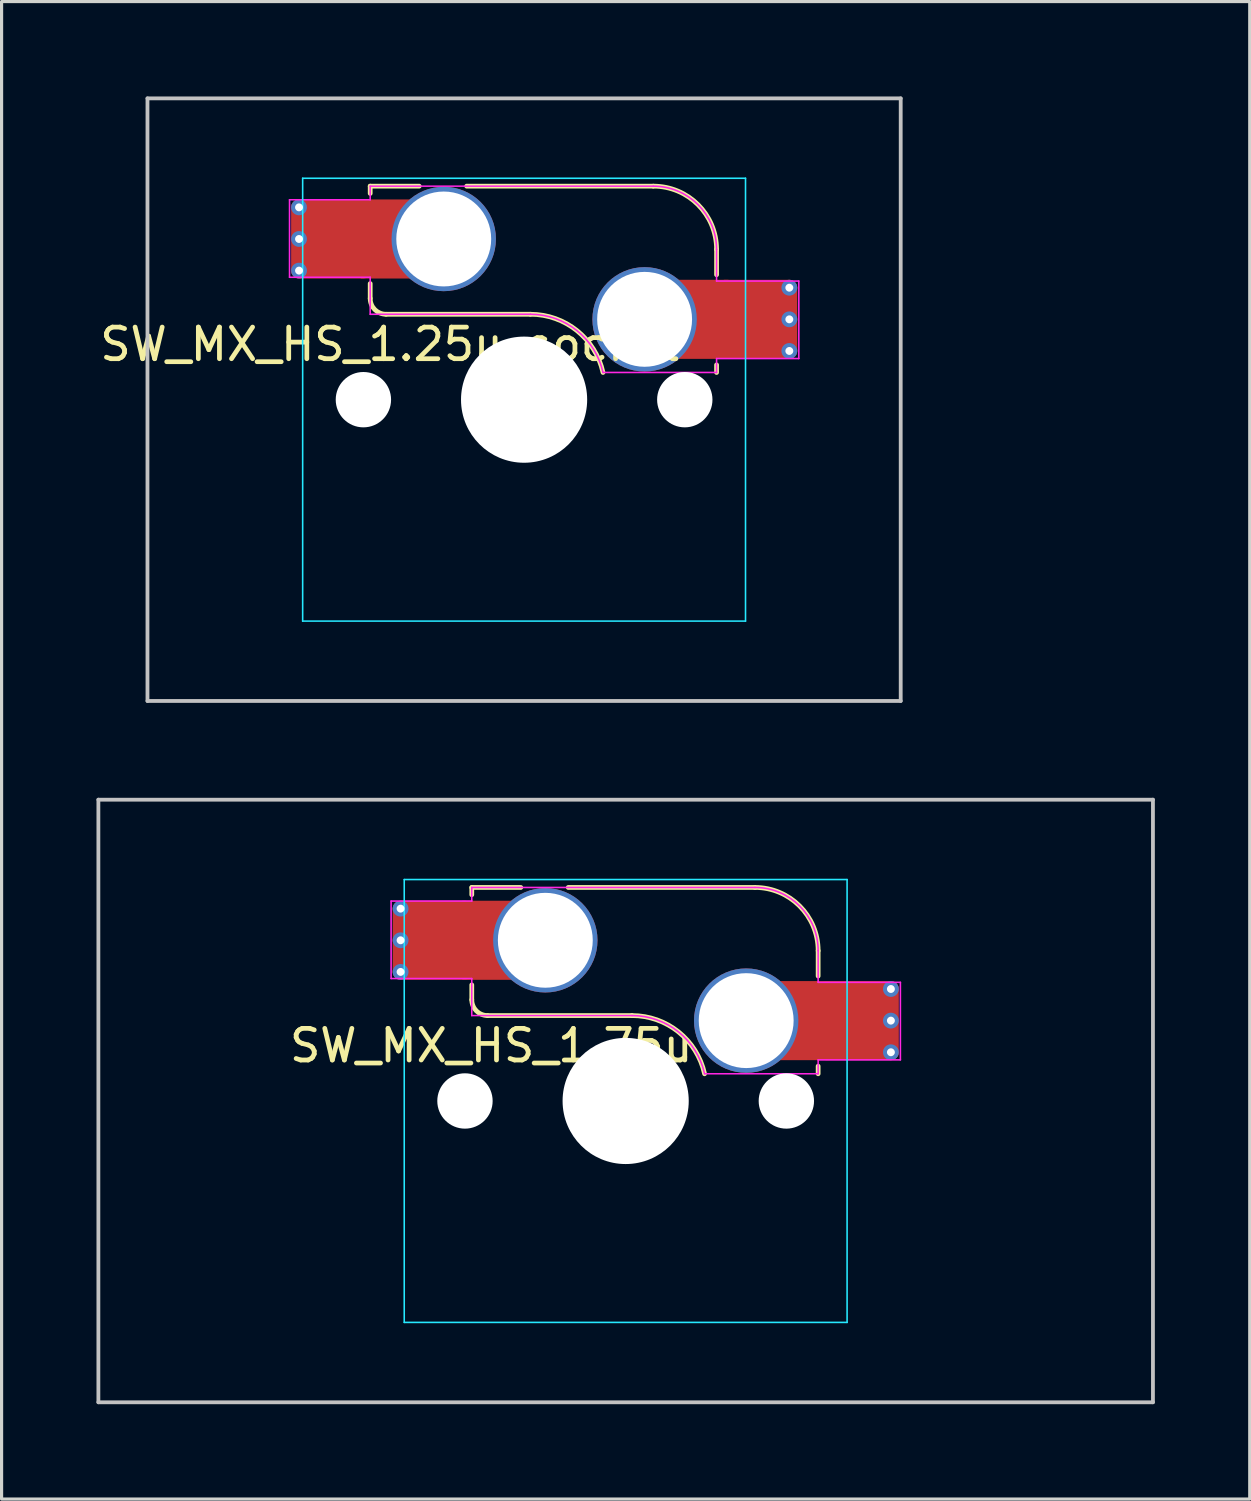
<source format=kicad_pcb>
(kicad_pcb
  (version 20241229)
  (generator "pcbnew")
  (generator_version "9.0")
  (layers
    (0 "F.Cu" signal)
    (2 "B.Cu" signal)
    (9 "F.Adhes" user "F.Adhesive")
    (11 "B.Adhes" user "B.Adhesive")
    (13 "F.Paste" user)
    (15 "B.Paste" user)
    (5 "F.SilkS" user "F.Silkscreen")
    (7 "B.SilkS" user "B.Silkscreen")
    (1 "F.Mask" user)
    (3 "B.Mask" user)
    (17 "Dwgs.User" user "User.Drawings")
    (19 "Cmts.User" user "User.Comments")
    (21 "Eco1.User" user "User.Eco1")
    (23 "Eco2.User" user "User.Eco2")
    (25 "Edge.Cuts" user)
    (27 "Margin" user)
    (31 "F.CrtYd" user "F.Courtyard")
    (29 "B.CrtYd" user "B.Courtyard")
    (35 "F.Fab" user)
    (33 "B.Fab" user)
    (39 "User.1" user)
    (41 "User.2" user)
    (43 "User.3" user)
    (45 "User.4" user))
  (footprint "SW_MX_HS_1.75u"
    (layer "F.Cu")
    (at 16.729 31.755)
    (property "Reference" "SW_MX_HS_1.75u" (at -4.25 -1.75 0) (layer "F.SilkS") (effects (font (size 1 1) (thickness 0.15))))
    (attr smd)
    (fp_line (start -4.865 -6.75) (end -4.865 -6.52) (stroke (width 0.15) (type solid)) (layer "F.SilkS"))
    (fp_line (start -4.865 -3.67) (end -4.865 -3.2) (stroke (width 0.15) (type solid)) (layer "F.SilkS"))
    (fp_line (start -4.365 -2.7) (end 0.2 -2.7) (stroke (width 0.15) (type solid)) (layer "F.SilkS"))
    (fp_line (start -3.315 -6.75) (end -4.865 -6.75) (stroke (width 0.15) (type solid)) (layer "F.SilkS"))
    (fp_line (start 4.085 -6.75) (end -1.815 -6.75) (stroke (width 0.15) (type solid)) (layer "F.SilkS"))
    (fp_line (start 6.085 -3.95) (end 6.085 -4.75) (stroke (width 0.15) (type solid)) (layer "F.SilkS"))
    (fp_line (start 6.085 -1.1) (end 6.085 -0.86) (stroke (width 0.15) (type solid)) (layer "F.SilkS"))
    (fp_arc (start -4.364824 -2.70022) (mid -4.718377 -2.846667) (end -4.864824 -3.20022) (stroke (width 0.15) (type solid)) (layer "F.SilkS"))
    (fp_arc (start 0.2 -2.70022) (mid 1.670693 -2.183637) (end 2.494322 -0.86022) (stroke (width 0.15) (type solid)) (layer "F.SilkS"))
    (fp_arc (start 4.085176 -6.75022) (mid 5.49939 -6.164434) (end 6.085176 -4.75022) (stroke (width 0.15) (type solid)) (layer "F.SilkS"))
    (fp_line (start -16.669 -9.525) (end 16.669 -9.525) (stroke (width 0.12) (type solid)) (layer "Dwgs.User"))
    (fp_line (start -16.669 9.525) (end -16.669 -9.525) (stroke (width 0.12) (type solid)) (layer "Dwgs.User"))
    (fp_line (start 16.669 -9.525) (end 16.669 9.525) (stroke (width 0.12) (type solid)) (layer "Dwgs.User"))
    (fp_line (start 16.669 9.525) (end -16.669 9.525) (stroke (width 0.12) (type solid)) (layer "Dwgs.User"))
    (fp_line (start -7 -6.5) (end -7 6.5) (stroke (width 0.05) (type solid)) (layer "Eco2.User"))
    (fp_line (start -6.5 7) (end 6.5 7) (stroke (width 0.05) (type solid)) (layer "Eco2.User"))
    (fp_line (start 6.5 -7) (end -6.5 -7) (stroke (width 0.05) (type solid)) (layer "Eco2.User"))
    (fp_line (start 7 6.5) (end 7 -6.5) (stroke (width 0.05) (type solid)) (layer "Eco2.User"))
    (fp_arc (start -7 -6.5) (mid -6.853553 -6.853553) (end -6.5 -7) (stroke (width 0.05) (type solid)) (layer "Eco2.User"))
    (fp_arc (start -6.497236 6.998884) (mid -6.850789 6.852437) (end -6.997236 6.498884) (stroke (width 0.05) (type solid)) (layer "Eco2.User"))
    (fp_arc (start 6.5 -7) (mid 6.853553 -6.853553) (end 7 -6.5) (stroke (width 0.05) (type solid)) (layer "Eco2.User"))
    (fp_arc (start 7 6.5) (mid 6.853553 6.853553) (end 6.5 7) (stroke (width 0.05) (type solid)) (layer "Eco2.User"))
    (fp_line (start -7 -7) (end 7 -7) (stroke (width 0.05) (type solid)) (layer "B.CrtYd"))
    (fp_line (start -7 7) (end -7 -7) (stroke (width 0.05) (type solid)) (layer "B.CrtYd"))
    (fp_line (start 7 -7) (end 7 7) (stroke (width 0.05) (type solid)) (layer "B.CrtYd"))
    (fp_line (start 7 7) (end -7 7) (stroke (width 0.05) (type solid)) (layer "B.CrtYd"))
    (fp_line (start -7.415 -6.32) (end -4.865 -6.32) (stroke (width 0.05) (type solid)) (layer "F.CrtYd"))
    (fp_line (start -7.415 -3.87) (end -7.415 -6.32) (stroke (width 0.05) (type solid)) (layer "F.CrtYd"))
    (fp_line (start -4.865 -6.75) (end -4.865 -6.32) (stroke (width 0.05) (type solid)) (layer "F.CrtYd"))
    (fp_line (start -4.865 -3.87) (end -7.415 -3.87) (stroke (width 0.05) (type solid)) (layer "F.CrtYd"))
    (fp_line (start -4.865 -3.87) (end -4.865 -2.7) (stroke (width 0.05) (type solid)) (layer "F.CrtYd"))
    (fp_line (start -4.865 -2.7) (end 0.2 -2.7) (stroke (width 0.05) (type solid)) (layer "F.CrtYd"))
    (fp_line (start 4.085 -6.75) (end -4.865 -6.75) (stroke (width 0.05) (type solid)) (layer "F.CrtYd"))
    (fp_line (start 6.085 -3.75) (end 6.085 -4.75) (stroke (width 0.05) (type solid)) (layer "F.CrtYd"))
    (fp_line (start 6.085 -3.75) (end 8.685 -3.75) (stroke (width 0.05) (type solid)) (layer "F.CrtYd"))
    (fp_line (start 6.085 -1.3) (end 6.085 -0.86) (stroke (width 0.05) (type solid)) (layer "F.CrtYd"))
    (fp_line (start 6.085 -0.86) (end 2.494 -0.86) (stroke (width 0.05) (type solid)) (layer "F.CrtYd"))
    (fp_line (start 8.685 -3.75) (end 8.685 -1.3) (stroke (width 0.05) (type solid)) (layer "F.CrtYd"))
    (fp_line (start 8.685 -1.3) (end 6.085 -1.3) (stroke (width 0.05) (type solid)) (layer "F.CrtYd"))
    (fp_arc (start 0.2 -2.70022) (mid 1.670503 -2.183399) (end 2.494322 -0.86022) (stroke (width 0.05) (type solid)) (layer "F.CrtYd"))
    (fp_arc (start 4.085176 -6.75022) (mid 5.49939 -6.164434) (end 6.085176 -4.75022) (stroke (width 0.05) (type solid)) (layer "F.CrtYd"))
    (pad "" np_thru_hole circle (at -5.08 0) (size 1.75 1.75) (drill 1.75) (layers "*.Cu" "*.Mask"))
    (pad "" np_thru_hole circle (at 0 0) (size 3.988 3.988) (drill 3.988) (layers "*.Cu" "*.Mask"))
    (pad "" np_thru_hole circle (at 5.08 0) (size 1.75 1.75) (drill 1.75) (layers "*.Cu" "*.Mask"))
    (pad "1" thru_hole circle (at 3.81 -2.54) (size 3.3 3.3) (drill 3) (layers "*.Cu" "*.Mask"))
    (pad "1" smd rect (at 5.635 -2.54 180) (size 1.65 2.5) (layers "F.Cu"))
    (pad "1" smd roundrect (at 7.36 -2.54) (size 2.55 2.5) (layers "F.Cu" "F.Mask" "F.Paste") (roundrect_rratio 0.1))
    (pad "1" thru_hole circle (at 8.385 -3.54) (size 0.5 0.5) (drill 0.25) (layers "*.Cu"))
    (pad "1" thru_hole circle (at 8.385 -2.54) (size 0.5 0.5) (drill 0.25) (layers "*.Cu"))
    (pad "1" thru_hole circle (at 8.385 -1.54) (size 0.5 0.5) (drill 0.25) (layers "*.Cu"))
    (pad "2" thru_hole circle (at -7.115 -6.08) (size 0.5 0.5) (drill 0.25) (layers "*.Cu"))
    (pad "2" thru_hole circle (at -7.115 -5.08) (size 0.5 0.5) (drill 0.25) (layers "*.Cu"))
    (pad "2" thru_hole circle (at -7.115 -4.08) (size 0.5 0.5) (drill 0.25) (layers "*.Cu"))
    (pad "2" smd roundrect (at -6.09 -5.08) (size 2.55 2.5) (layers "F.Cu" "F.Mask" "F.Paste") (roundrect_rratio 0.1))
    (pad "2" smd rect (at -4.34 -5.08) (size 1.65 2.5) (layers "F.Cu"))
    (pad "2" thru_hole circle (at -2.54 -5.08) (size 3.3 3.3) (drill 3) (layers "*.Cu" "*.Mask")))
  (footprint "SW_MX_HS_1.25u_socket"
    (layer "F.Cu")
    (at 13.518 9.585)
    (property "Reference" "SW_MX_HS_1.25u_socket" (at -4.25 -1.75 0) (layer "F.SilkS") (effects (font (size 1 1) (thickness 0.15))))
    (attr smd)
    (fp_line (start -4.865 -6.75) (end -4.865 -6.52) (stroke (width 0.15) (type solid)) (layer "F.SilkS"))
    (fp_line (start -4.865 -3.67) (end -4.865 -3.2) (stroke (width 0.15) (type solid)) (layer "F.SilkS"))
    (fp_line (start -4.365 -2.7) (end 0.2 -2.7) (stroke (width 0.15) (type solid)) (layer "F.SilkS"))
    (fp_line (start -3.315 -6.75) (end -4.865 -6.75) (stroke (width 0.15) (type solid)) (layer "F.SilkS"))
    (fp_line (start 4.085 -6.75) (end -1.815 -6.75) (stroke (width 0.15) (type solid)) (layer "F.SilkS"))
    (fp_line (start 6.085 -3.95) (end 6.085 -4.75) (stroke (width 0.15) (type solid)) (layer "F.SilkS"))
    (fp_line (start 6.085 -1.1) (end 6.085 -0.86) (stroke (width 0.15) (type solid)) (layer "F.SilkS"))
    (fp_arc (start -4.364824 -2.70022) (mid -4.718377 -2.846667) (end -4.864824 -3.20022) (stroke (width 0.15) (type solid)) (layer "F.SilkS"))
    (fp_arc (start 0.2 -2.70022) (mid 1.670693 -2.183637) (end 2.494322 -0.86022) (stroke (width 0.15) (type solid)) (layer "F.SilkS"))
    (fp_arc (start 4.085176 -6.75022) (mid 5.49939 -6.164434) (end 6.085176 -4.75022) (stroke (width 0.15) (type solid)) (layer "F.SilkS"))
    (fp_line (start -11.906 -9.525) (end 11.906 -9.525) (stroke (width 0.12) (type solid)) (layer "Dwgs.User"))
    (fp_line (start -11.906 9.525) (end -11.906 -9.525) (stroke (width 0.12) (type solid)) (layer "Dwgs.User"))
    (fp_line (start 11.906 -9.525) (end 11.906 9.525) (stroke (width 0.12) (type solid)) (layer "Dwgs.User"))
    (fp_line (start 11.906 9.525) (end -11.906 9.525) (stroke (width 0.12) (type solid)) (layer "Dwgs.User"))
    (fp_line (start -7 -6.5) (end -7 6.5) (stroke (width 0.05) (type solid)) (layer "Eco2.User"))
    (fp_line (start -6.5 7) (end 6.5 7) (stroke (width 0.05) (type solid)) (layer "Eco2.User"))
    (fp_line (start 6.5 -7) (end -6.5 -7) (stroke (width 0.05) (type solid)) (layer "Eco2.User"))
    (fp_line (start 7 6.5) (end 7 -6.5) (stroke (width 0.05) (type solid)) (layer "Eco2.User"))
    (fp_arc (start -7 -6.5) (mid -6.853553 -6.853553) (end -6.5 -7) (stroke (width 0.05) (type solid)) (layer "Eco2.User"))
    (fp_arc (start -6.497236 6.998884) (mid -6.850789 6.852437) (end -6.997236 6.498884) (stroke (width 0.05) (type solid)) (layer "Eco2.User"))
    (fp_arc (start 6.5 -7) (mid 6.853553 -6.853553) (end 7 -6.5) (stroke (width 0.05) (type solid)) (layer "Eco2.User"))
    (fp_arc (start 7 6.5) (mid 6.853553 6.853553) (end 6.5 7) (stroke (width 0.05) (type solid)) (layer "Eco2.User"))
    (fp_line (start -7 -7) (end 7 -7) (stroke (width 0.05) (type solid)) (layer "B.CrtYd"))
    (fp_line (start -7 7) (end -7 -7) (stroke (width 0.05) (type solid)) (layer "B.CrtYd"))
    (fp_line (start 7 -7) (end 7 7) (stroke (width 0.05) (type solid)) (layer "B.CrtYd"))
    (fp_line (start 7 7) (end -7 7) (stroke (width 0.05) (type solid)) (layer "B.CrtYd"))
    (fp_line (start -7.415 -6.32) (end -4.865 -6.32) (stroke (width 0.05) (type solid)) (layer "F.CrtYd"))
    (fp_line (start -7.415 -3.87) (end -7.415 -6.32) (stroke (width 0.05) (type solid)) (layer "F.CrtYd"))
    (fp_line (start -4.865 -6.75) (end -4.865 -6.32) (stroke (width 0.05) (type solid)) (layer "F.CrtYd"))
    (fp_line (start -4.865 -3.87) (end -7.415 -3.87) (stroke (width 0.05) (type solid)) (layer "F.CrtYd"))
    (fp_line (start -4.865 -3.87) (end -4.865 -2.7) (stroke (width 0.05) (type solid)) (layer "F.CrtYd"))
    (fp_line (start -4.865 -2.7) (end 0.2 -2.7) (stroke (width 0.05) (type solid)) (layer "F.CrtYd"))
    (fp_line (start 4.085 -6.75) (end -4.865 -6.75) (stroke (width 0.05) (type solid)) (layer "F.CrtYd"))
    (fp_line (start 6.085 -3.75) (end 6.085 -4.75) (stroke (width 0.05) (type solid)) (layer "F.CrtYd"))
    (fp_line (start 6.085 -3.75) (end 8.685 -3.75) (stroke (width 0.05) (type solid)) (layer "F.CrtYd"))
    (fp_line (start 6.085 -1.3) (end 6.085 -0.86) (stroke (width 0.05) (type solid)) (layer "F.CrtYd"))
    (fp_line (start 6.085 -0.86) (end 2.494 -0.86) (stroke (width 0.05) (type solid)) (layer "F.CrtYd"))
    (fp_line (start 8.685 -3.75) (end 8.685 -1.3) (stroke (width 0.05) (type solid)) (layer "F.CrtYd"))
    (fp_line (start 8.685 -1.3) (end 6.085 -1.3) (stroke (width 0.05) (type solid)) (layer "F.CrtYd"))
    (fp_arc (start 0.2 -2.70022) (mid 1.670503 -2.183399) (end 2.494322 -0.86022) (stroke (width 0.05) (type solid)) (layer "F.CrtYd"))
    (fp_arc (start 4.085176 -6.75022) (mid 5.49939 -6.164434) (end 6.085176 -4.75022) (stroke (width 0.05) (type solid)) (layer "F.CrtYd"))
    (pad "" np_thru_hole circle (at -5.08 0) (size 1.75 1.75) (drill 1.75) (layers "*.Cu" "*.Mask"))
    (pad "" np_thru_hole circle (at 0 0) (size 3.988 3.988) (drill 3.988) (layers "*.Cu" "*.Mask"))
    (pad "" np_thru_hole circle (at 5.08 0) (size 1.75 1.75) (drill 1.75) (layers "*.Cu" "*.Mask"))
    (pad "1" thru_hole circle (at 3.81 -2.54) (size 3.3 3.3) (drill 3) (layers "*.Cu" "*.Mask"))
    (pad "1" smd rect (at 5.635 -2.54 180) (size 1.65 2.5) (layers "F.Cu"))
    (pad "1" smd roundrect (at 7.36 -2.54) (size 2.55 2.5) (layers "F.Cu" "F.Mask" "F.Paste") (roundrect_rratio 0.1))
    (pad "1" thru_hole circle (at 8.385 -3.54) (size 0.5 0.5) (drill 0.25) (layers "*.Cu"))
    (pad "1" thru_hole circle (at 8.385 -2.54) (size 0.5 0.5) (drill 0.25) (layers "*.Cu"))
    (pad "1" thru_hole circle (at 8.385 -1.54) (size 0.5 0.5) (drill 0.25) (layers "*.Cu"))
    (pad "2" thru_hole circle (at -7.115 -6.08) (size 0.5 0.5) (drill 0.25) (layers "*.Cu"))
    (pad "2" thru_hole circle (at -7.115 -5.08) (size 0.5 0.5) (drill 0.25) (layers "*.Cu"))
    (pad "2" thru_hole circle (at -7.115 -4.08) (size 0.5 0.5) (drill 0.25) (layers "*.Cu"))
    (pad "2" smd roundrect (at -6.09 -5.08) (size 2.55 2.5) (layers "F.Cu" "F.Mask" "F.Paste") (roundrect_rratio 0.1))
    (pad "2" smd rect (at -4.34 -5.08) (size 1.65 2.5) (layers "F.Cu"))
    (pad "2" thru_hole circle (at -2.54 -5.08) (size 3.3 3.3) (drill 3) (layers "*.Cu" "*.Mask")))
  (gr_rect
    (start -3 -3)
    (end 36.458 44.34)
    (stroke (width 0.1) (type default))
    (fill no)
    (layer "Edge.Cuts")))
</source>
